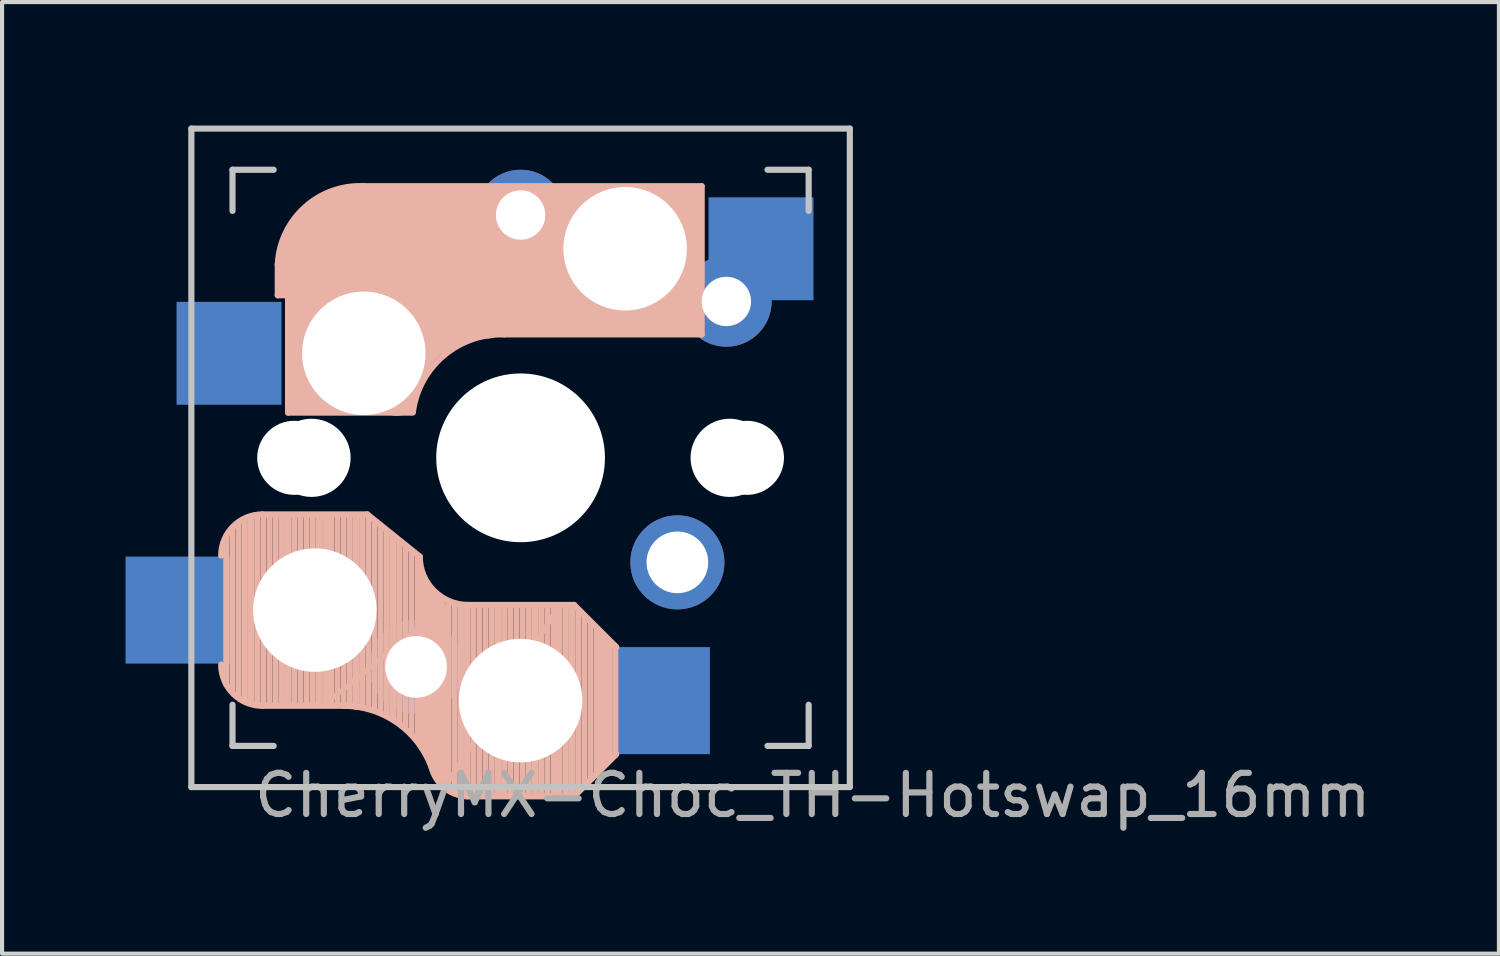
<source format=kicad_pcb>
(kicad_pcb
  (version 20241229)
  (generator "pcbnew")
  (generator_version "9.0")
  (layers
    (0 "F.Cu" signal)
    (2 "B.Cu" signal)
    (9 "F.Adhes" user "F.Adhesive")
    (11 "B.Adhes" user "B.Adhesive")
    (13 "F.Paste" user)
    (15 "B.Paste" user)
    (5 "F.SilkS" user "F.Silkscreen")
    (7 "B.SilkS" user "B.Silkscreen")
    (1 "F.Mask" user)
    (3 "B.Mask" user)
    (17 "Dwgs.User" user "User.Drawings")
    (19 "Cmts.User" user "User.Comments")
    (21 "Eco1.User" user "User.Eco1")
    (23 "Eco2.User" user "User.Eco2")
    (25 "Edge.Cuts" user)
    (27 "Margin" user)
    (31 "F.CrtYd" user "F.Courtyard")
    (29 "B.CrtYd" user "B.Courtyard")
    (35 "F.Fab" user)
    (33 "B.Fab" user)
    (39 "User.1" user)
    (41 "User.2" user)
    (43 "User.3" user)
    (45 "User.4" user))
  (footprint "CherryMX-Choc_TH-Hotswap_16mm"
    (layer "F.Cu")
    (at 9.6 8.075)
    (property "Reference" "CherryMX-Choc_TH-Hotswap_16mm" (at 7.1 8.2 0) (layer "F.Fab") (effects (font (size 1 1) (thickness 0.15))))
    (attr through_hole)
    (fp_line (start -7.15 5.5) (end -7.15 1.9) (stroke (width 0.15) (type solid)) (layer "B.SilkS"))
    (fp_line (start -7 5.7) (end -7 1.7) (stroke (width 0.15) (type solid)) (layer "B.SilkS"))
    (fp_line (start -6.85 5.8) (end -6.85 1.6) (stroke (width 0.15) (type solid)) (layer "B.SilkS"))
    (fp_line (start -6.7 5.9) (end -6.7 1.5) (stroke (width 0.15) (type solid)) (layer "B.SilkS"))
    (fp_line (start -6.55 5.95) (end -6.55 1.45) (stroke (width 0.15) (type solid)) (layer "B.SilkS"))
    (fp_line (start -6.4 6) (end -6.4 1.45) (stroke (width 0.15) (type solid)) (layer "B.SilkS"))
    (fp_line (start -6.25 6) (end -6.25 1.4) (stroke (width 0.15) (type solid)) (layer "B.SilkS"))
    (fp_line (start -6.1 6) (end -6.1 1.4) (stroke (width 0.15) (type solid)) (layer "B.SilkS"))
    (fp_line (start -5.95 6) (end -5.95 1.4) (stroke (width 0.15) (type solid)) (layer "B.SilkS"))
    (fp_line (start -5.9 -4.7) (end -5.9 -3.95) (stroke (width 0.15) (type solid)) (layer "B.SilkS"))
    (fp_line (start -5.9 -3.95) (end -5.7 -3.95) (stroke (width 0.15) (type solid)) (layer "B.SilkS"))
    (fp_line (start -5.8 -4.05) (end -5.8 -4.7) (stroke (width 0.3) (type solid)) (layer "B.SilkS"))
    (fp_line (start -5.8 6) (end -5.8 1.4) (stroke (width 0.15) (type solid)) (layer "B.SilkS"))
    (fp_line (start -5.65 -5.55) (end -5.65 -1.1) (stroke (width 0.15) (type solid)) (layer "B.SilkS"))
    (fp_line (start -5.65 -1.1) (end -2.62 -1.1) (stroke (width 0.15) (type solid)) (layer "B.SilkS"))
    (fp_line (start -5.65 6) (end -5.65 1.4) (stroke (width 0.15) (type solid)) (layer "B.SilkS"))
    (fp_line (start -5.5 6) (end -5.5 1.4) (stroke (width 0.15) (type solid)) (layer "B.SilkS"))
    (fp_line (start -5.45 -1.3) (end -3 -1.3) (stroke (width 0.5) (type solid)) (layer "B.SilkS"))
    (fp_line (start -5.35 6) (end -5.35 1.4) (stroke (width 0.15) (type solid)) (layer "B.SilkS"))
    (fp_line (start -5.3 -1.6) (end -5.3 -3.4) (stroke (width 0.8) (type solid)) (layer "B.SilkS"))
    (fp_line (start -5.2 6) (end -5.2 1.4) (stroke (width 0.15) (type solid)) (layer "B.SilkS"))
    (fp_line (start -5.05 6) (end -5.05 1.4) (stroke (width 0.15) (type solid)) (layer "B.SilkS"))
    (fp_line (start -4.9 6) (end -4.9 1.4) (stroke (width 0.15) (type solid)) (layer "B.SilkS"))
    (fp_line (start -4.75 6) (end -4.75 1.4) (stroke (width 0.15) (type solid)) (layer "B.SilkS"))
    (fp_line (start -4.65 5.9) (end -4.65 1.4) (stroke (width 0.12) (type solid)) (layer "B.SilkS"))
    (fp_line (start -4.6 6) (end -4.6 1.4) (stroke (width 0.15) (type solid)) (layer "B.SilkS"))
    (fp_line (start -4.45 6) (end -4.45 1.4) (stroke (width 0.15) (type solid)) (layer "B.SilkS"))
    (fp_line (start -4.3 6) (end -4.3 1.4) (stroke (width 0.15) (type solid)) (layer "B.SilkS"))
    (fp_line (start -4.3 6.025) (end -6.275 6.025) (stroke (width 0.15) (type solid)) (layer "B.SilkS"))
    (fp_line (start -4.17 -5.1) (end -4.17 -2.86) (stroke (width 3) (type solid)) (layer "B.SilkS"))
    (fp_line (start -4.15 6) (end -4.15 1.45) (stroke (width 0.15) (type solid)) (layer "B.SilkS"))
    (fp_line (start -4 6.05) (end -4 1.4) (stroke (width 0.15) (type solid)) (layer "B.SilkS"))
    (fp_line (start -3.85 6.05) (end -3.85 1.4) (stroke (width 0.15) (type solid)) (layer "B.SilkS"))
    (fp_line (start -3.725 1.375) (end -6.275 1.375) (stroke (width 0.15) (type solid)) (layer "B.SilkS"))
    (fp_line (start -3.725 1.375) (end -2.45 2.4) (stroke (width 0.15) (type solid)) (layer "B.SilkS"))
    (fp_line (start -3.7 6.05) (end -3.7 1.45) (stroke (width 0.15) (type solid)) (layer "B.SilkS"))
    (fp_line (start -3.55 6.1) (end -3.55 1.55) (stroke (width 0.15) (type solid)) (layer "B.SilkS"))
    (fp_line (start -3.4 6.2) (end -3.4 1.65) (stroke (width 0.15) (type solid)) (layer "B.SilkS"))
    (fp_line (start -3.25 6.25) (end -3.25 1.8) (stroke (width 0.15) (type solid)) (layer "B.SilkS"))
    (fp_line (start -3.1 6.35) (end -3.1 1.9) (stroke (width 0.15) (type solid)) (layer "B.SilkS"))
    (fp_line (start -2.95 6.45) (end -2.95 2.05) (stroke (width 0.15) (type solid)) (layer "B.SilkS"))
    (fp_line (start -2.8 6.55) (end -2.8 2.15) (stroke (width 0.15) (type solid)) (layer "B.SilkS"))
    (fp_line (start -2.65 6.7) (end -2.65 2.25) (stroke (width 0.15) (type solid)) (layer "B.SilkS"))
    (fp_line (start -2.5 6.85) (end -2.5 2.4) (stroke (width 0.15) (type solid)) (layer "B.SilkS"))
    (fp_line (start -2.4 7.05) (end -2.4 2.9) (stroke (width 0.15) (type solid)) (layer "B.SilkS"))
    (fp_line (start -2.3 7.2) (end -2.3 3.05) (stroke (width 0.15) (type solid)) (layer "B.SilkS"))
    (fp_line (start -2.2 7.4) (end -2.2 3.25) (stroke (width 0.15) (type solid)) (layer "B.SilkS"))
    (fp_line (start -2.1 7.55) (end -2.1 3.35) (stroke (width 0.15) (type solid)) (layer "B.SilkS"))
    (fp_line (start -2 7.8) (end -2 3.4) (stroke (width 0.15) (type solid)) (layer "B.SilkS"))
    (fp_line (start -1.9 7.95) (end -1.9 3.45) (stroke (width 0.15) (type solid)) (layer "B.SilkS"))
    (fp_line (start -1.8 3.6) (end -4.65 5.9) (stroke (width 0.12) (type solid)) (layer "B.SilkS"))
    (fp_line (start -1.8 7.95) (end -1.8 3.6) (stroke (width 0.12) (type solid)) (layer "B.SilkS"))
    (fp_line (start -1.75 8.05) (end -1.75 3.5) (stroke (width 0.15) (type solid)) (layer "B.SilkS"))
    (fp_line (start -1.6 8.15) (end -1.6 3.6) (stroke (width 0.15) (type solid)) (layer "B.SilkS"))
    (fp_line (start -1.45 8.2) (end -1.45 3.6) (stroke (width 0.15) (type solid)) (layer "B.SilkS"))
    (fp_line (start -1.3 8.2) (end -1.3 3.6) (stroke (width 0.15) (type solid)) (layer "B.SilkS"))
    (fp_line (start -1.15 8.2) (end -1.15 3.65) (stroke (width 0.15) (type solid)) (layer "B.SilkS"))
    (fp_line (start -1 8.2) (end -1 3.6) (stroke (width 0.15) (type solid)) (layer "B.SilkS"))
    (fp_line (start -0.85 8.2) (end -0.85 3.6) (stroke (width 0.15) (type solid)) (layer "B.SilkS"))
    (fp_line (start -0.7 8.2) (end -0.7 3.6) (stroke (width 0.15) (type solid)) (layer "B.SilkS"))
    (fp_line (start -0.55 8.2) (end -0.55 3.6) (stroke (width 0.15) (type solid)) (layer "B.SilkS"))
    (fp_line (start -0.4 -3) (end 4.4 -3) (stroke (width 0.15) (type solid)) (layer "B.SilkS"))
    (fp_line (start -0.4 8.2) (end -0.4 3.6) (stroke (width 0.15) (type solid)) (layer "B.SilkS"))
    (fp_line (start -0.25 8.2) (end -0.25 3.6) (stroke (width 0.15) (type solid)) (layer "B.SilkS"))
    (fp_line (start -0.1 8.2) (end -0.1 3.6) (stroke (width 0.15) (type solid)) (layer "B.SilkS"))
    (fp_line (start 0.05 8.2) (end 0.05 3.6) (stroke (width 0.15) (type solid)) (layer "B.SilkS"))
    (fp_line (start 0.2 8.2) (end 0.2 3.6) (stroke (width 0.15) (type solid)) (layer "B.SilkS"))
    (fp_line (start 0.35 8.2) (end 0.35 3.6) (stroke (width 0.15) (type solid)) (layer "B.SilkS"))
    (fp_line (start 0.5 8.2) (end 0.5 3.6) (stroke (width 0.15) (type solid)) (layer "B.SilkS"))
    (fp_line (start 0.65 8.2) (end 0.65 3.6) (stroke (width 0.15) (type solid)) (layer "B.SilkS"))
    (fp_line (start 0.8 8.2) (end 0.8 3.6) (stroke (width 0.15) (type solid)) (layer "B.SilkS"))
    (fp_line (start 0.9 3.65) (end -1.8 7.95) (stroke (width 0.12) (type solid)) (layer "B.SilkS"))
    (fp_line (start 0.9 8.1) (end 0.9 3.65) (stroke (width 0.12) (type solid)) (layer "B.SilkS"))
    (fp_line (start 0.95 8.2) (end 0.95 3.6) (stroke (width 0.15) (type solid)) (layer "B.SilkS"))
    (fp_line (start 1.1 8.2) (end 1.1 3.6) (stroke (width 0.15) (type solid)) (layer "B.SilkS"))
    (fp_line (start 1.25 8.2) (end 1.25 3.6) (stroke (width 0.15) (type solid)) (layer "B.SilkS"))
    (fp_line (start 1.3 3.575) (end -1.275 3.575) (stroke (width 0.15) (type solid)) (layer "B.SilkS"))
    (fp_line (start 1.3 3.575) (end 2.325 4.6) (stroke (width 0.15) (type solid)) (layer "B.SilkS"))
    (fp_line (start 1.3 8.225) (end -1.3 8.225) (stroke (width 0.15) (type solid)) (layer "B.SilkS"))
    (fp_line (start 1.3 8.225) (end 2.325 7.2) (stroke (width 0.15) (type solid)) (layer "B.SilkS"))
    (fp_line (start 1.4 8.1) (end 1.4 3.7) (stroke (width 0.15) (type solid)) (layer "B.SilkS"))
    (fp_line (start 1.55 7.95) (end 1.55 3.85) (stroke (width 0.15) (type solid)) (layer "B.SilkS"))
    (fp_line (start 1.7 7.8) (end 1.7 4) (stroke (width 0.15) (type solid)) (layer "B.SilkS"))
    (fp_line (start 1.85 7.65) (end 1.85 4.15) (stroke (width 0.15) (type solid)) (layer "B.SilkS"))
    (fp_line (start 1.95 7.55) (end 1.95 4.25) (stroke (width 0.15) (type solid)) (layer "B.SilkS"))
    (fp_line (start 2.05 7.45) (end 2.05 4.35) (stroke (width 0.15) (type solid)) (layer "B.SilkS"))
    (fp_line (start 2.15 7.35) (end 2.15 4.45) (stroke (width 0.15) (type solid)) (layer "B.SilkS"))
    (fp_line (start 2.3 4.575) (end 2.3 7.225) (stroke (width 0.15) (type solid)) (layer "B.SilkS"))
    (fp_line (start 2.6 -4.8) (end -4.1 -4.8) (stroke (width 3.5) (type solid)) (layer "B.SilkS"))
    (fp_line (start 3.9 -6) (end 3.9 -3.5) (stroke (width 1) (type solid)) (layer "B.SilkS"))
    (fp_line (start 4.2 -3.25) (end 2.9 -3.3) (stroke (width 0.5) (type solid)) (layer "B.SilkS"))
    (fp_line (start 4.25 -6.4) (end 3 -6.4) (stroke (width 0.4) (type solid)) (layer "B.SilkS"))
    (fp_line (start 4.38 -4) (end 4.38 -6.25) (stroke (width 0.15) (type solid)) (layer "B.SilkS"))
    (fp_line (start 4.4 -6.6) (end -3.8 -6.6) (stroke (width 0.15) (type solid)) (layer "B.SilkS"))
    (fp_line (start 4.4 -3) (end 4.4 -6.6) (stroke (width 0.15) (type solid)) (layer "B.SilkS"))
    (fp_arc (start -7.275 2.375) (mid -6.982107 1.667893) (end -6.275 1.375) (stroke (width 0.15) (type solid)) (layer "B.SilkS"))
    (fp_arc (start -6.275 6.025) (mid -6.982107 5.732107) (end -7.275 5.025) (stroke (width 0.15) (type solid)) (layer "B.SilkS"))
    (fp_arc (start -5.9 -4.699999) (mid -5.243504 -6.084924) (end -3.800001 -6.6) (stroke (width 0.15) (type solid)) (layer "B.SilkS"))
    (fp_arc (start -4.3 6.025) (mid -2.995114 6.436429) (end -2.162199 7.521904) (stroke (width 0.15) (type solid)) (layer "B.SilkS"))
    (fp_arc (start -3.016318 -1.521471) (mid -2.268709 -2.886118) (end -0.8 -3.4) (stroke (width 1) (type solid)) (layer "B.SilkS"))
    (fp_arc (start -2.616318 -1.121471) (mid -1.868709 -2.486118) (end -0.4 -3) (stroke (width 0.15) (type solid)) (layer "B.SilkS"))
    (fp_arc (start -1.300995 8.223791) (mid -1.848284 8.016021) (end -2.162199 7.521904) (stroke (width 0.15) (type solid)) (layer "B.SilkS"))
    (fp_arc (start -1.275 3.575) (mid -2.10585 3.23085) (end -2.45 2.4) (stroke (width 0.15) (type solid)) (layer "B.SilkS"))
    (fp_line (start -8 -8) (end 8 -8) (stroke (width 0.15) (type solid)) (layer "Dwgs.User"))
    (fp_line (start -8 8) (end -8 -8) (stroke (width 0.15) (type solid)) (layer "Dwgs.User"))
    (fp_line (start -7 -7) (end -6 -7) (stroke (width 0.15) (type solid)) (layer "Dwgs.User"))
    (fp_line (start -7 -6) (end -7 -7) (stroke (width 0.15) (type solid)) (layer "Dwgs.User"))
    (fp_line (start -7 6) (end -7 7) (stroke (width 0.15) (type solid)) (layer "Dwgs.User"))
    (fp_line (start -7 7) (end -6 7) (stroke (width 0.15) (type solid)) (layer "Dwgs.User"))
    (fp_line (start 6 7) (end 7 7) (stroke (width 0.15) (type solid)) (layer "Dwgs.User"))
    (fp_line (start 7 -7) (end 6 -7) (stroke (width 0.15) (type solid)) (layer "Dwgs.User"))
    (fp_line (start 7 -7) (end 7 -6) (stroke (width 0.15) (type solid)) (layer "Dwgs.User"))
    (fp_line (start 7 7) (end 7 6) (stroke (width 0.15) (type solid)) (layer "Dwgs.User"))
    (fp_line (start 8 -8) (end 8 8) (stroke (width 0.15) (type solid)) (layer "Dwgs.User"))
    (fp_line (start 8 8) (end -8 8) (stroke (width 0.15) (type solid)) (layer "Dwgs.User"))
    (pad "" np_thru_hole circle (at -5.5 0) (size 1.8 1.8) (drill 1.8) (layers "*.Cu" "*.Mask"))
    (pad "" np_thru_hole circle (at -5.22 4.2) (size 1.2 1.2) (drill 1.2) (layers "*.Cu" "*.Mask"))
    (pad "" np_thru_hole circle (at -5.08 0) (size 1.9 1.9) (drill 1.9) (layers "*.Cu" "*.Mask"))
    (pad "" np_thru_hole circle (at -5 3.7 90) (size 3 3) (drill 3) (layers "*.Cu" "*.Mask"))
    (pad "" np_thru_hole circle (at -3.81 -2.54) (size 3 3) (drill 3) (layers "*.Cu" "*.Mask"))
    (pad "" np_thru_hole circle (at 0 0) (size 3.2 3.2) (drill 3.2) (layers "*.Cu" "*.Mask"))
    (pad "" np_thru_hole circle (at 0 0 90) (size 4.1 4.1) (drill 4.1) (layers "*.Cu" "*.Mask"))
    (pad "" np_thru_hole circle (at 0 5.9 90) (size 3 3) (drill 3) (layers "*.Cu" "*.Mask"))
    (pad "" np_thru_hole circle (at 2.54 -5.08) (size 3 3) (drill 3) (layers "*.Cu" "*.Mask"))
    (pad "" np_thru_hole circle (at 5.08 0) (size 1.9 1.9) (drill 1.9) (layers "*.Cu" "*.Mask"))
    (pad "" np_thru_hole circle (at 5.5 0) (size 1.8 1.8) (drill 1.8) (layers "*.Cu" "*.Mask"))
    (pad "1" smd rect (at -8.3 3.7 180) (size 2.6 2.6) (layers "B.Cu" "B.Mask" "B.Paste"))
    (pad "1" smd rect (at -7.085 -2.54 180) (size 2.55 2.5) (layers "B.Cu" "B.Mask" "B.Paste"))
    (pad "1" thru_hole circle (at -2.54 5.08 180) (size 2.286 2.286) (drill 1.499) (layers "*.Cu" "*.Mask"))
    (pad "1" thru_hole circle (at 0 -5.9) (size 2.2 2.2) (drill 1.2) (layers "*.Cu" "B.Mask"))
    (pad "2" smd rect (at 3.3 5.9 180) (size 2.6 2.6) (layers "B.Cu" "B.Mask" "B.Paste"))
    (pad "2" thru_hole circle (at 3.81 2.54 180) (size 2.286 2.286) (drill 1.499) (layers "*.Cu" "*.Mask"))
    (pad "2" thru_hole circle (at 5 -3.8) (size 2.2 2.2) (drill 1.2) (layers "*.Cu" "B.Mask"))
    (pad "2" smd rect (at 5.842 -5.08 180) (size 2.55 2.5) (layers "B.Cu" "B.Mask" "B.Paste")))
  (gr_rect
    (start -3 -3)
    (end 33.373 20.123)
    (stroke (width 0.1) (type default))
    (fill no)
    (layer "Edge.Cuts")))
</source>
